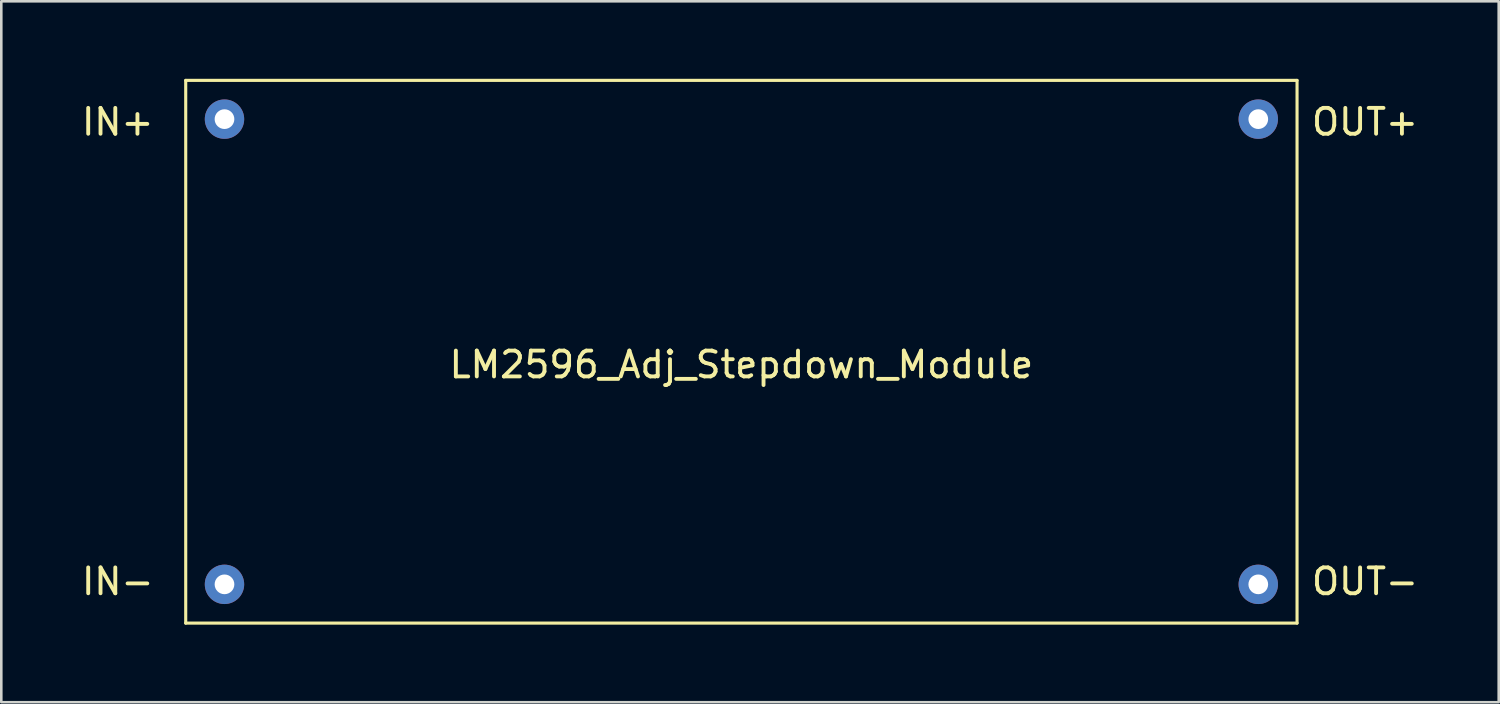
<source format=kicad_pcb>
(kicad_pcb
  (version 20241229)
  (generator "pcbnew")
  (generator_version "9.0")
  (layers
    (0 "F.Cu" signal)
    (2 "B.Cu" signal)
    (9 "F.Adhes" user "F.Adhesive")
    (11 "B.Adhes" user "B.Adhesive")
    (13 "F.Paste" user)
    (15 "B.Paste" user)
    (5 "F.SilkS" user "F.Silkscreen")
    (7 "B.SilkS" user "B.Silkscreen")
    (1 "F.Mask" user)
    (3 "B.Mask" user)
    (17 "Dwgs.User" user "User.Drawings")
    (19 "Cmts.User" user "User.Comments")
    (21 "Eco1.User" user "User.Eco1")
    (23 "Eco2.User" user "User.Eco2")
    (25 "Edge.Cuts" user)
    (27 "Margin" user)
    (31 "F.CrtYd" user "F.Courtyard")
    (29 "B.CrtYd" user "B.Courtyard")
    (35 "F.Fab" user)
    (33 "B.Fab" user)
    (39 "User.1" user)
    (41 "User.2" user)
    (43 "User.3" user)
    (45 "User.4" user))
  (footprint "LM2596_Adj_Stepdown_Module"
    (layer "F.Cu")
    (at 25.636 10.56)
    (property "Reference" "LM2596_Adj_Stepdown_Module" (at 0 0.5 0) (layer "F.SilkS") (effects (font (size 1 1) (thickness 0.15))))
    (attr through_hole)
    (fp_line (start -21.5 -10.5) (end 21.5 -10.5) (stroke (width 0.12) (type solid)) (layer "F.SilkS"))
    (fp_line (start -21.5 10.5) (end -21.5 -10.5) (stroke (width 0.12) (type solid)) (layer "F.SilkS"))
    (fp_line (start 21.5 -10.5) (end 21.5 10.5) (stroke (width 0.12) (type solid)) (layer "F.SilkS"))
    (fp_line (start 21.5 10.5) (end -21.5 10.5) (stroke (width 0.12) (type solid)) (layer "F.SilkS"))
    (fp_text user "OUT+" (at 24.13 -8.89 0) (layer "F.SilkS") (effects (font (size 1 1) (thickness 0.15))))
    (fp_text user "OUT-" (at 24.13 8.89 0) (layer "F.SilkS") (effects (font (size 1 1) (thickness 0.15))))
    (fp_text user "IN-" (at -24.13 8.89 0) (layer "F.SilkS") (effects (font (size 1 1) (thickness 0.15))))
    (fp_text user "IN+" (at -24.13 -8.89 0) (layer "F.SilkS") (effects (font (size 1 1) (thickness 0.15))))
    (pad "1" thru_hole circle (at -20 -9) (size 1.524 1.524) (drill 0.762) (layers "*.Cu" "*.Mask"))
    (pad "2" thru_hole circle (at -20 9) (size 1.524 1.524) (drill 0.762) (layers "*.Cu" "*.Mask"))
    (pad "3" thru_hole circle (at 20 -9) (size 1.524 1.524) (drill 0.762) (layers "*.Cu" "*.Mask"))
    (pad "4" thru_hole circle (at 20 9) (size 1.524 1.524) (drill 0.762) (layers "*.Cu" "*.Mask")))
  (gr_rect
    (start -3 -3)
    (end 54.939 24.12)
    (stroke (width 0.1) (type default))
    (fill no)
    (layer "Edge.Cuts")))
</source>
